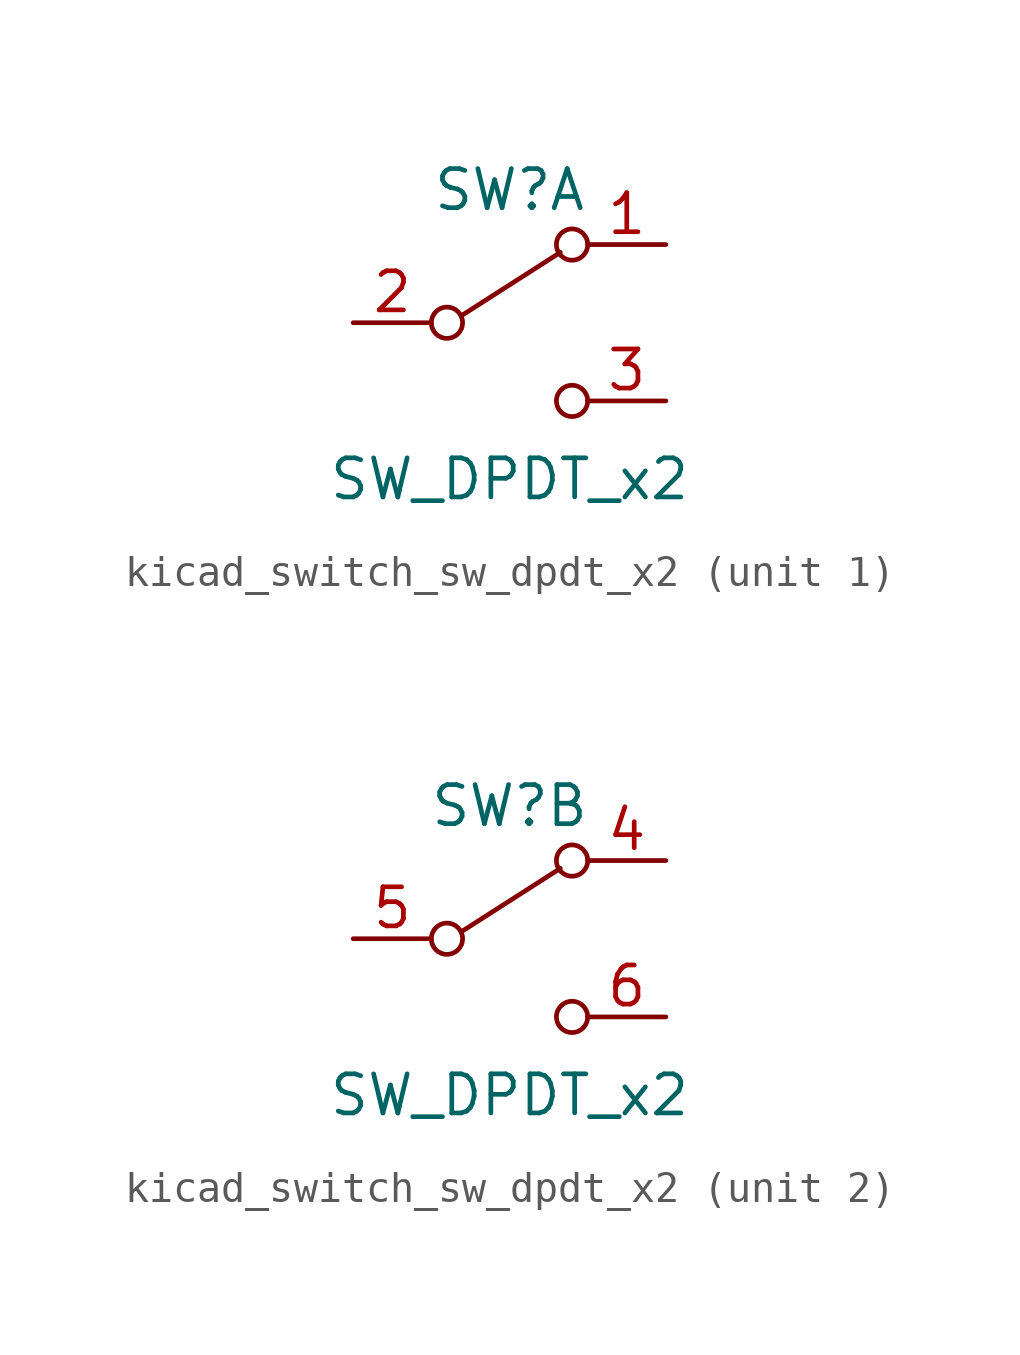
<source format=kicad_sym>
(kicad_symbol_lib
  (version 20220914)
  (generator kicad_symbol_editor)
  (symbol "kicad_switch_sw_dpdt_x2"
    (pin_names
      (offset 0) hide)
    (property "Reference" "SW"
      (at 0 4.318 0)
      (effects (font (size 1.27 1.27))))
    (property "Value" "SW_DPDT_x2"
      (at 0 -5.08 0)
      (effects (font (size 1.27 1.27))))
    (symbol "kicad_switch_sw_dpdt_x2_0_0"
      (circle (center -2.032 0) (radius 0.508) (stroke (width 0) (type default)) (fill (type none)))
      (circle (center 2.032 -2.54) (radius 0.508) (stroke (width 0) (type default)) (fill (type none))))
    (symbol "kicad_switch_sw_dpdt_x2_0_1"
      (polyline (pts (xy -1.524 0.254) (xy 1.651 2.286)) (stroke (width 0) (type default)) (fill (type none)))
      (circle (center 2.032 2.54) (radius 0.508) (stroke (width 0) (type default)) (fill (type none))))
    (symbol "kicad_switch_sw_dpdt_x2_1_1"
      (pin passive line (at 5.08 2.54 180) (length 2.54) (name "A" (effects (font (size 1.27 1.27)))) (number "1" (effects (font (size 1.27 1.27)))))
      (pin passive line (at -5.08 0 0) (length 2.54) (name "B" (effects (font (size 1.27 1.27)))) (number "2" (effects (font (size 1.27 1.27)))))
      (pin passive line (at 5.08 -2.54 180) (length 2.54) (name "C" (effects (font (size 1.27 1.27)))) (number "3" (effects (font (size 1.27 1.27))))))
    (symbol "kicad_switch_sw_dpdt_x2_2_1"
      (pin passive line (at 5.08 2.54 180) (length 2.54) (name "A" (effects (font (size 1.27 1.27)))) (number "4" (effects (font (size 1.27 1.27)))))
      (pin passive line (at -5.08 0 0) (length 2.54) (name "B" (effects (font (size 1.27 1.27)))) (number "5" (effects (font (size 1.27 1.27)))))
      (pin passive line (at 5.08 -2.54 180) (length 2.54) (name "C" (effects (font (size 1.27 1.27)))) (number "6" (effects (font (size 1.27 1.27))))))))
</source>
